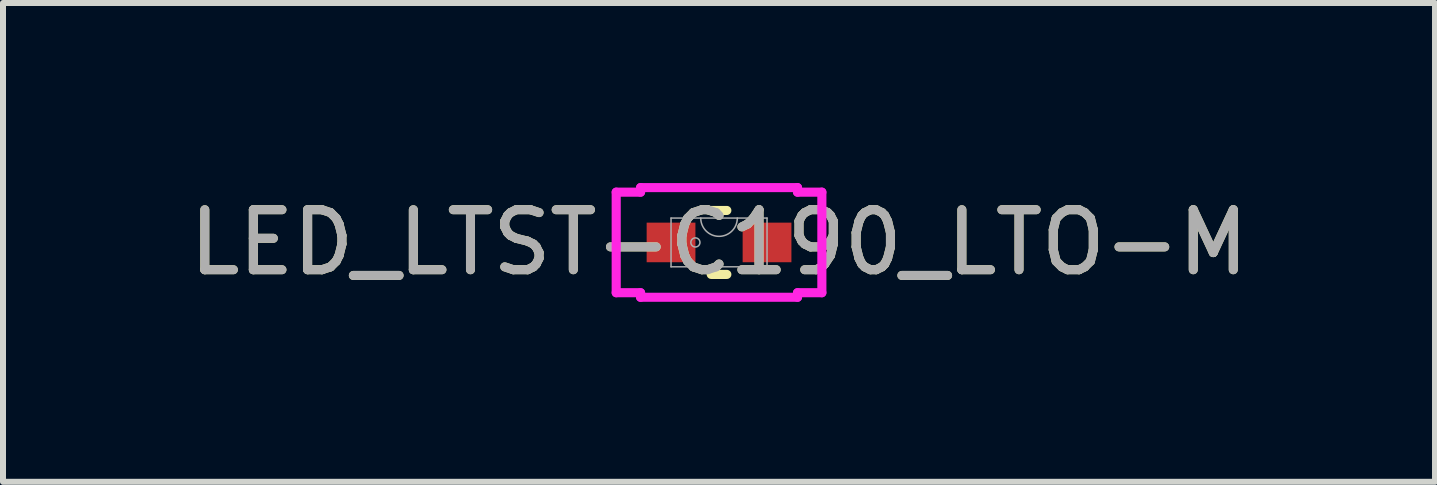
<source format=kicad_pcb>
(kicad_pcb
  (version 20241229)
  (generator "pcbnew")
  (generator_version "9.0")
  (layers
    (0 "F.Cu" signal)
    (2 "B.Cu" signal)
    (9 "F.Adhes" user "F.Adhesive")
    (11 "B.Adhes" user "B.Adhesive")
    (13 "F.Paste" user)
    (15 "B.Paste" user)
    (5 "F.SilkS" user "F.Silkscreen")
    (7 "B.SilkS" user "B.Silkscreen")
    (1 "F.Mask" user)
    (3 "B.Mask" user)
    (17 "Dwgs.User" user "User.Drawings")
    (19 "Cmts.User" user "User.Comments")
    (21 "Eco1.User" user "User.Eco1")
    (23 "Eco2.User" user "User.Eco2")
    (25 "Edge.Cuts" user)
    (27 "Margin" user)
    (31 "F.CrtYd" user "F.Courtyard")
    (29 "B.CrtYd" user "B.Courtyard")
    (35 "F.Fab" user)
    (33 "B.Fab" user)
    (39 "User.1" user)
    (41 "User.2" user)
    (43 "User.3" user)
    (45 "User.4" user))
  (footprint "LED_LTST-C190_LTO-M"
    (layer "F.Cu")
    (at 8.935 0.991)
    (property "Reference" "LED_LTST-C190_LTO-M" (at 0 0 0) (unlocked yes) (layer "F.SilkS") (effects (font (size 1 1) (thickness 0.15))))
    (attr smd)
    (fp_line (start -0.13 0.533) (end 0.13 0.533) (stroke (width 0.152) (type solid)) (layer "F.SilkS"))
    (fp_line (start 0.13 -0.533) (end -0.13 -0.533) (stroke (width 0.152) (type solid)) (layer "F.SilkS"))
    (fp_line (start -1.714 -0.838) (end -1.308 -0.838) (stroke (width 0.152) (type solid)) (layer "F.CrtYd"))
    (fp_line (start -1.714 0.838) (end -1.714 -0.838) (stroke (width 0.152) (type solid)) (layer "F.CrtYd"))
    (fp_line (start -1.714 0.838) (end -1.308 0.838) (stroke (width 0.152) (type solid)) (layer "F.CrtYd"))
    (fp_line (start -1.308 -0.914) (end 1.308 -0.914) (stroke (width 0.152) (type solid)) (layer "F.CrtYd"))
    (fp_line (start -1.308 -0.838) (end -1.308 -0.914) (stroke (width 0.152) (type solid)) (layer "F.CrtYd"))
    (fp_line (start -1.308 0.914) (end -1.308 0.838) (stroke (width 0.152) (type solid)) (layer "F.CrtYd"))
    (fp_line (start 1.308 -0.914) (end 1.308 -0.838) (stroke (width 0.152) (type solid)) (layer "F.CrtYd"))
    (fp_line (start 1.308 0.838) (end 1.308 0.914) (stroke (width 0.152) (type solid)) (layer "F.CrtYd"))
    (fp_line (start 1.308 0.914) (end -1.308 0.914) (stroke (width 0.152) (type solid)) (layer "F.CrtYd"))
    (fp_line (start 1.714 -0.838) (end 1.308 -0.838) (stroke (width 0.152) (type solid)) (layer "F.CrtYd"))
    (fp_line (start 1.714 -0.838) (end 1.714 0.838) (stroke (width 0.152) (type solid)) (layer "F.CrtYd"))
    (fp_line (start 1.714 0.838) (end 1.308 0.838) (stroke (width 0.152) (type solid)) (layer "F.CrtYd"))
    (fp_line (start -0.8 -0.406) (end -0.8 0.406) (stroke (width 0.025) (type solid)) (layer "F.Fab"))
    (fp_line (start -0.8 0.406) (end 0.8 0.406) (stroke (width 0.025) (type solid)) (layer "F.Fab"))
    (fp_line (start 0.8 -0.406) (end -0.8 -0.406) (stroke (width 0.025) (type solid)) (layer "F.Fab"))
    (fp_line (start 0.8 0.406) (end 0.8 -0.406) (stroke (width 0.025) (type solid)) (layer "F.Fab"))
    (fp_arc (start 0.3048 -0.4064) (mid 0 -0.1016) (end -0.3048 -0.4064) (stroke (width 0.0254) (type solid)) (layer "F.Fab"))
    (fp_circle (center -0.394 0) (end -0.318 0) (stroke (width 0.025) (type solid)) (fill no) (layer "F.Fab"))
    (fp_text user "${REFERENCE}" (at 0 0 0) (unlocked yes) (layer "F.Fab") (effects (font (size 1 1) (thickness 0.15))))
    (pad "1" smd rect (at -0.8 0) (size 0.813 0.66) (layers "F.Cu" "F.Mask" "F.Paste"))
    (pad "2" smd rect (at 0.8 0) (size 0.813 0.66) (layers "F.Cu" "F.Mask" "F.Paste")))
  (gr_rect
    (start -3 -3)
    (end 20.869 4.981)
    (stroke (width 0.1) (type default))
    (fill no)
    (layer "Edge.Cuts")))
</source>
